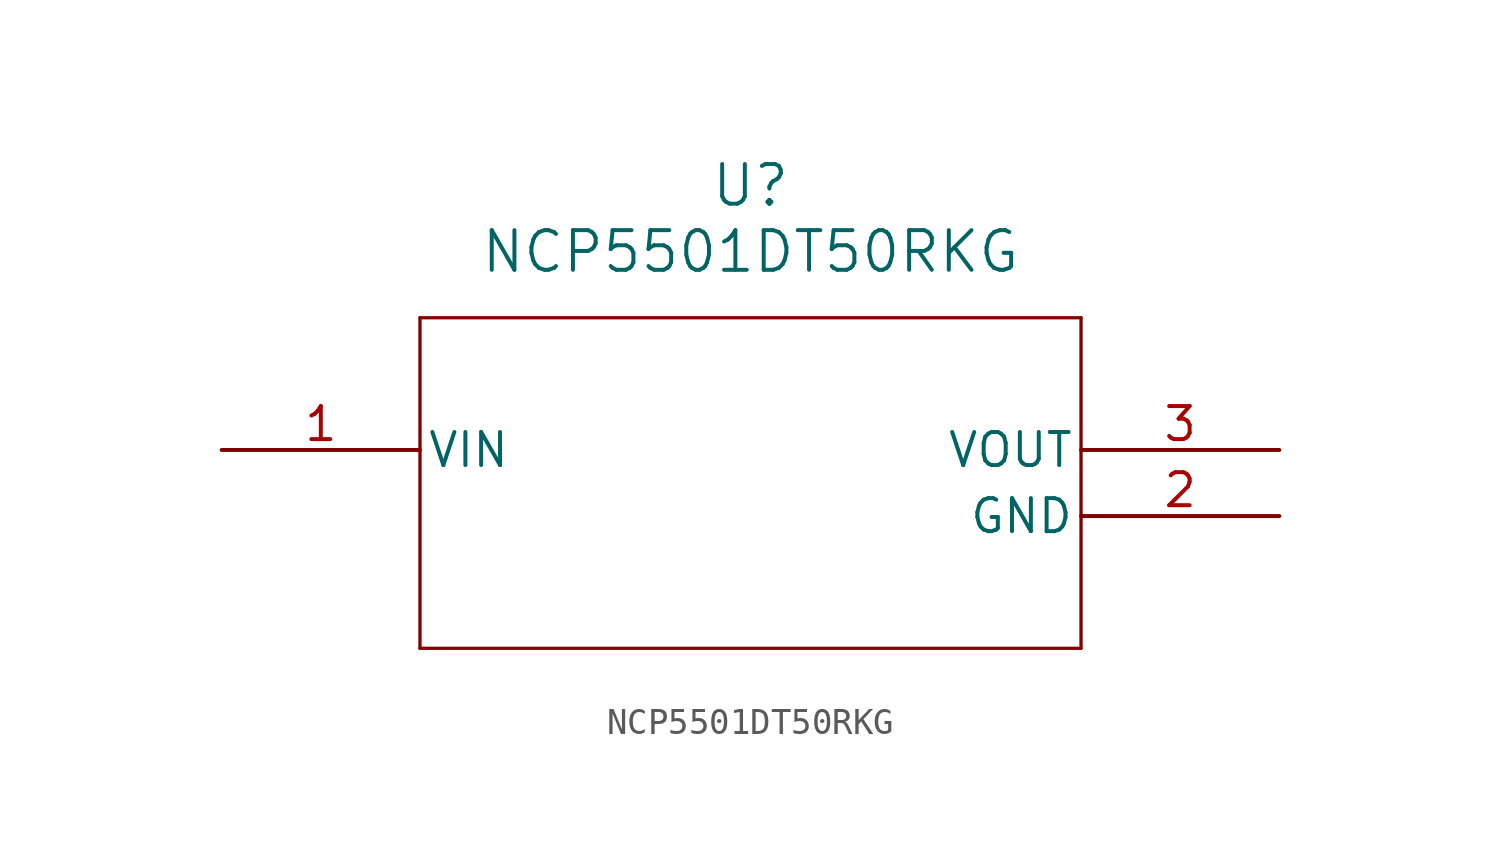
<source format=kicad_sym>
(kicad_symbol_lib
  (version 20211014)
  (generator kicad_symbol_editor)
  (symbol "NCP5501DT50RKG"
    (pin_names
      (offset 0.254))
    (property "Reference" "U"
      (at 20.32 10.16 0)
      (effects (font (size 1.524 1.524))))
    (property "Value" "NCP5501DT50RKG"
      (at 20.32 7.62 0)
      (effects (font (size 1.524 1.524))))
    (symbol "NCP5501DT50RKG_0_1"
      (polyline (pts (xy 7.62 5.08) (xy 7.62 -7.62)) (stroke (width 0.127) (type default) (color 0 0 0 0)) (fill (type none)))
      (polyline (pts (xy 7.62 -7.62) (xy 33.02 -7.62)) (stroke (width 0.127) (type default) (color 0 0 0 0)) (fill (type none)))
      (polyline (pts (xy 33.02 -7.62) (xy 33.02 5.08)) (stroke (width 0.127) (type default) (color 0 0 0 0)) (fill (type none)))
      (polyline (pts (xy 33.02 5.08) (xy 7.62 5.08)) (stroke (width 0.127) (type default) (color 0 0 0 0)) (fill (type none)))
      (pin input line (at 0 0 0) (length 7.62) (name "VIN" (effects (font (size 1.27 1.27)))) (number "1" (effects (font (size 1.27 1.27)))))
      (pin power_in line (at 40.64 -2.54 180) (length 7.62) (name "GND" (effects (font (size 1.27 1.27)))) (number "2" (effects (font (size 1.27 1.27)))))
      (pin output line (at 40.64 0 180) (length 7.62) (name "VOUT" (effects (font (size 1.27 1.27)))) (number "3" (effects (font (size 1.27 1.27))))))))
</source>
